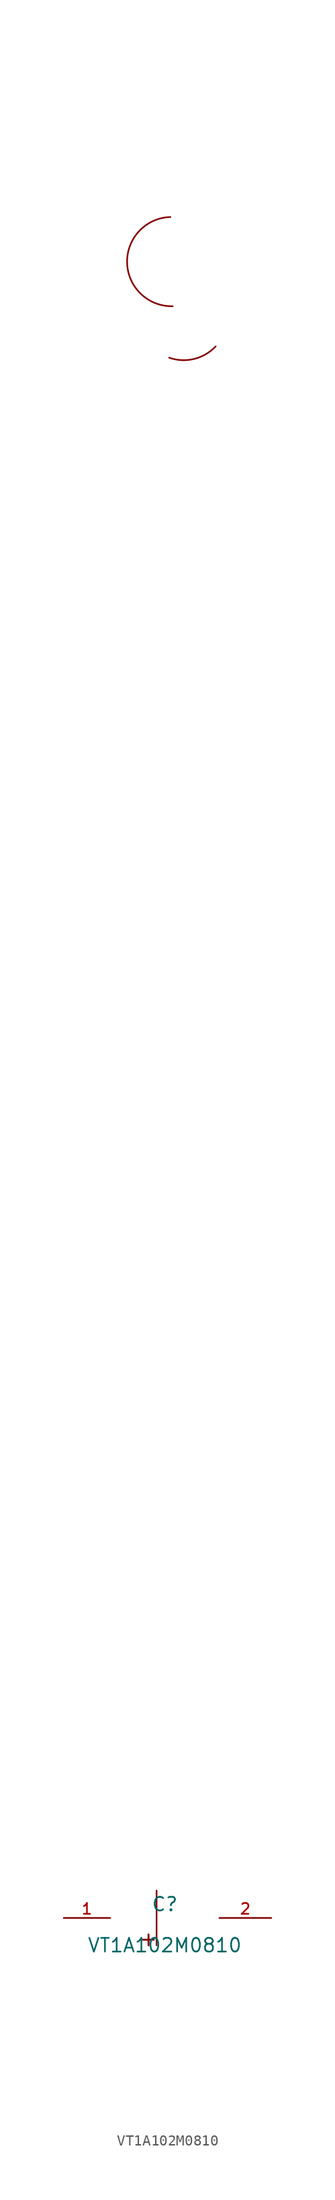
<source format=kicad_sym>
(kicad_symbol_lib
  (version 20210201)
  (generator TousstNicolas/JLC2KiCad_lib)
  (symbol "VT1A102M0810"
    (pin_names hide)
    (property "Reference" "C"
      (at 0 1.27 0)
      (effects (font (size 1.27 1.27))))
    (property "Value" "VT1A102M0810"
      (at 0 -2.54 0)
      (effects (font (size 1.27 1.27))))
    (symbol "VT1A102M0810_0_1"
      (pin unspecified line (at -5.08 -0.0 180) (length 4.318) (name "1" (effects (font (size 1 1)))) (number "1" (effects (font (size 1 1)))))
      (pin unspecified line (at 5.08 -0.0 0) (length 4.826) (name "2" (effects (font (size 1 1)))) (number "2" (effects (font (size 1 1)))))
      (polyline (pts (xy -0.762 -2.54) (xy -0.762 2.54)) (stroke (width 0) (type default) (color 0 0 0 0)) (fill (type none)))
      (arc (start 4.7357897478327695 145.8087064115175) (mid 2.727007160024761 144.6417197878538) (end 0.40679139172876316 144.75861313001377) (stroke (width 0) (type default) (color 0 0 0 0)) (fill (type none)))
      (arc (start 0.7409167793080377 149.53356295093624) (mid -3.5017431196759197 153.5643918313092) (end 0.5290857606970424 157.80705173029313) (stroke (width 0) (type default) (color 0 0 0 0)) (fill (type none)))
      (rectangle (start -1.524 -1.524) (end -1.499 -2.54) (stroke (width 0) (type default) (color 0 0 0 0)) (fill (type background)))
      (rectangle (start -2.032 -2.007) (end -1.016 -2.032) (stroke (width 0) (type default) (color 0 0 0 0)) (fill (type background))))))
</source>
